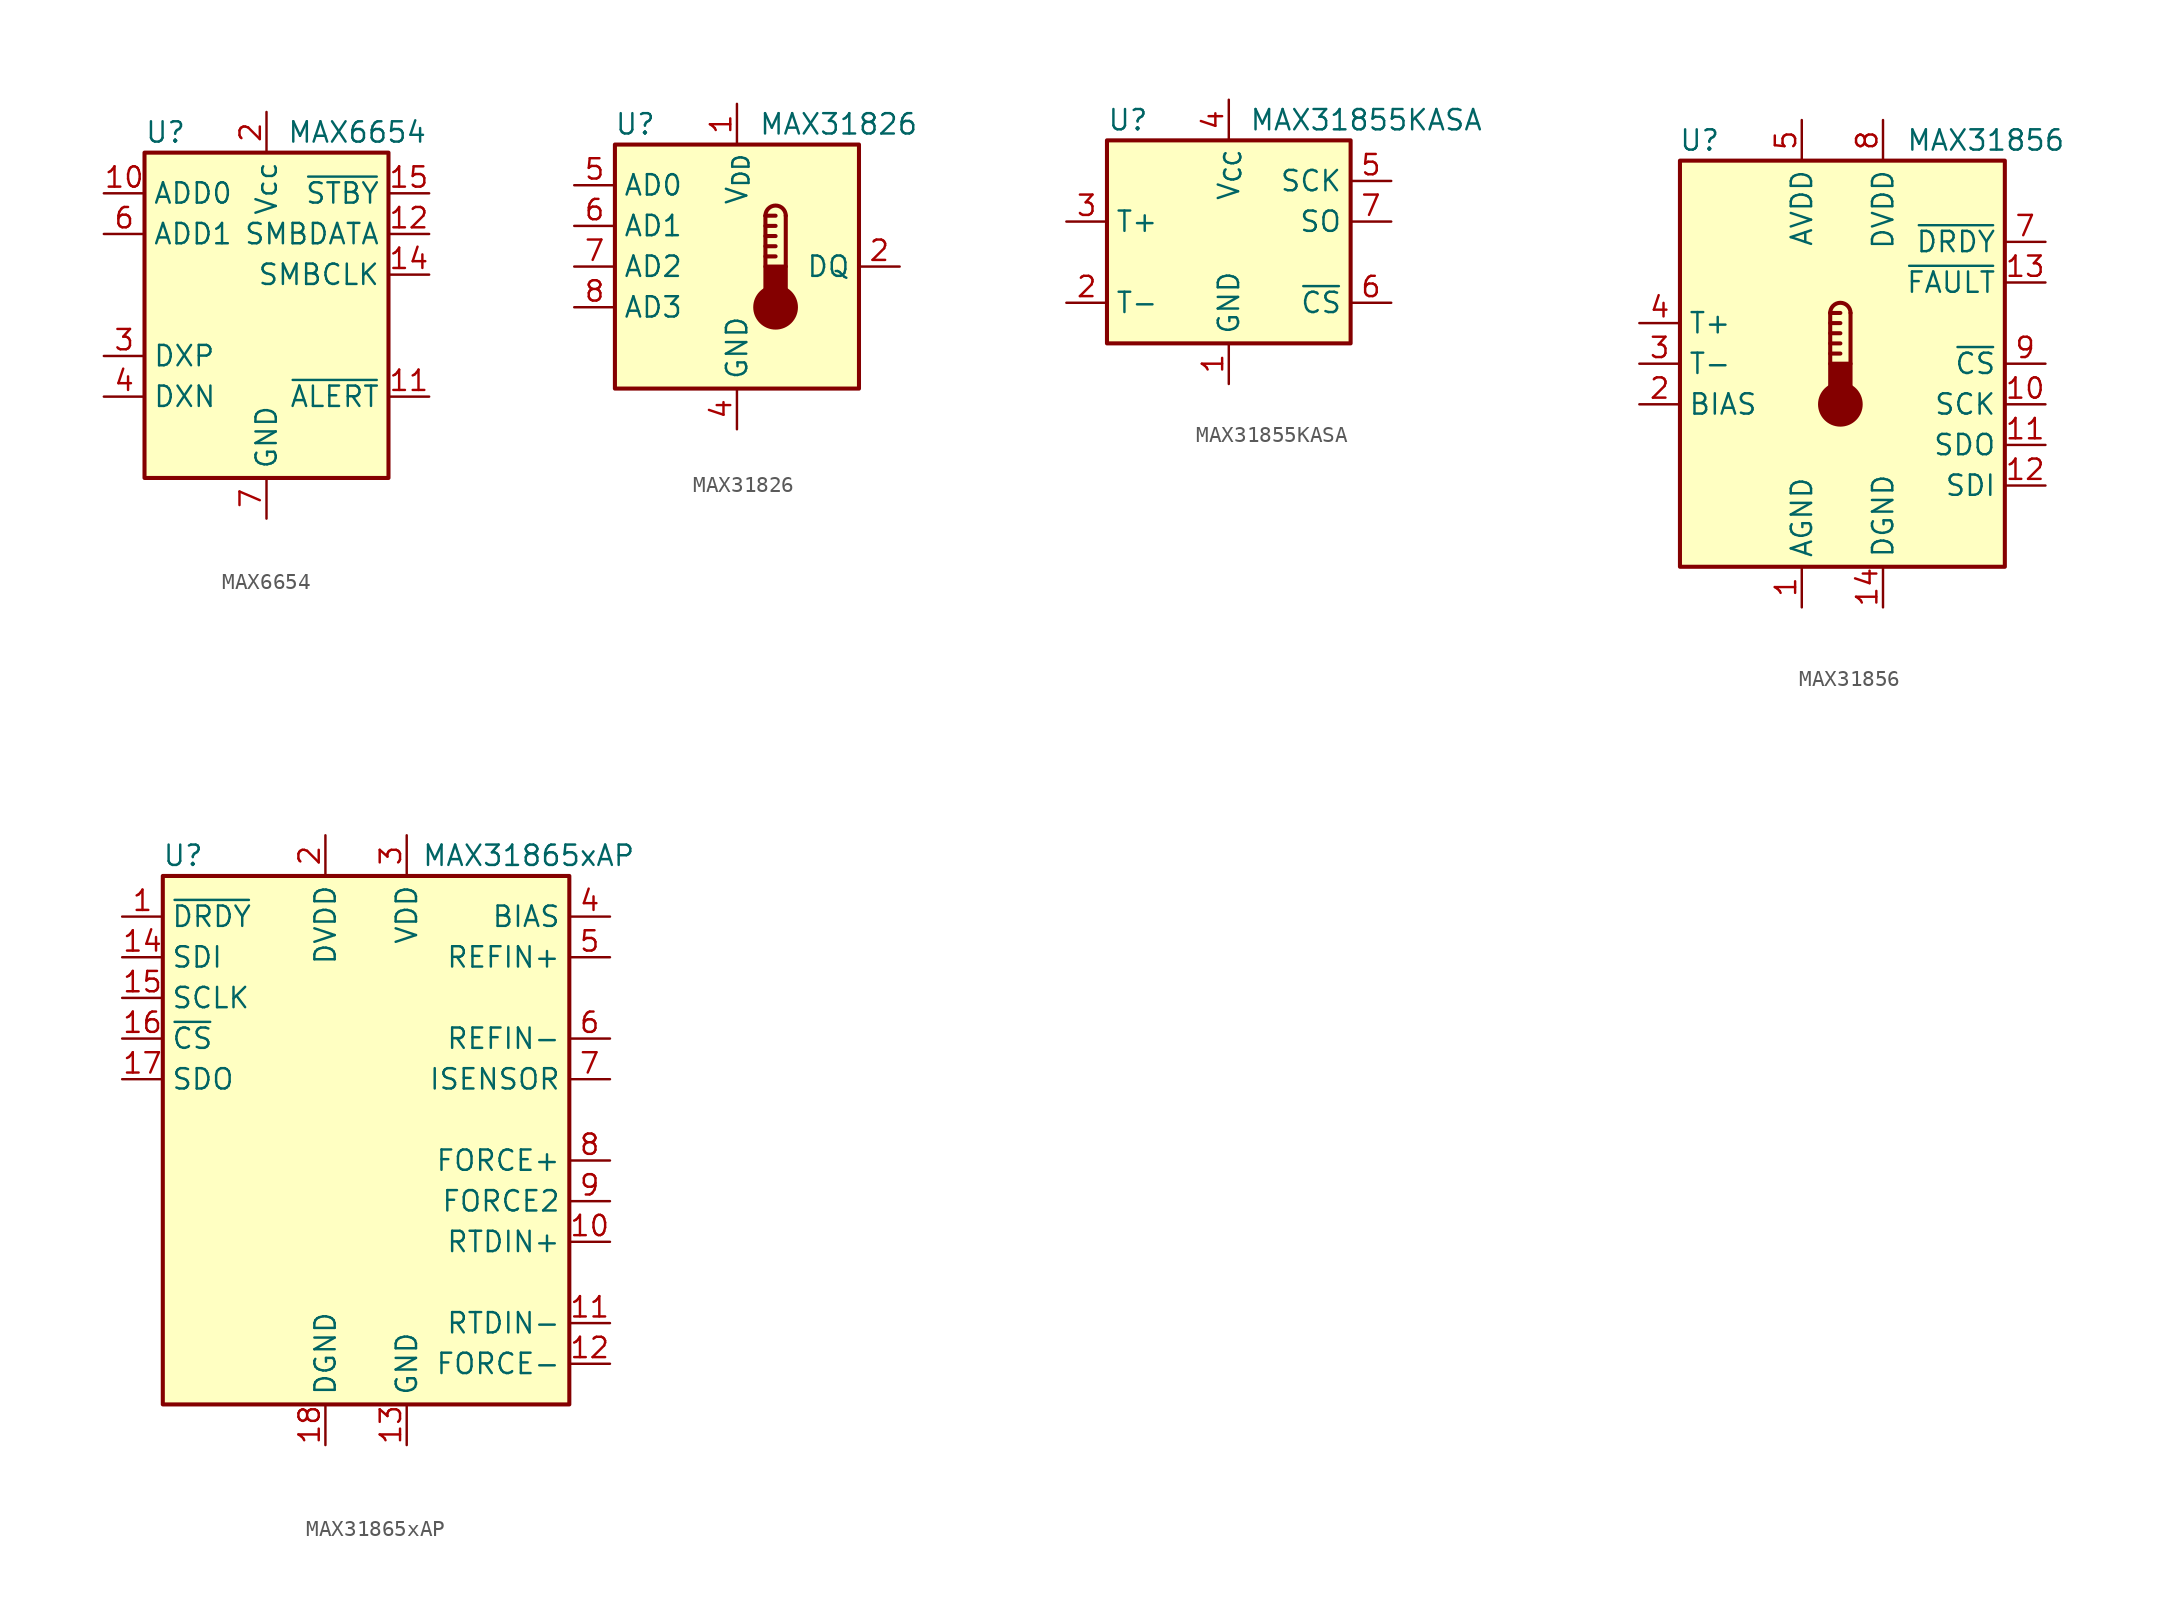
<source format=kicad_sym>
(kicad_symbol_lib
  (version 20241209)
  (generator "kicad_symbol_editor")
  (generator_version "9.0")
  (symbol "MAX6654"
    (property "Reference" "U"
      (at -7.62 11.43 0)
      (effects (font (size 1.27 1.27)) (justify left)))
    (property "Value" "MAX6654"
      (at 1.27 11.43 0)
      (effects (font (size 1.27 1.27)) (justify left)))
    (symbol "MAX6654_0_1"
      (rectangle (start -7.62 10.16) (end 7.62 -10.16) (stroke (width 0.254) (type default)) (fill (type background))))
    (symbol "MAX6654_1_1"
      (pin input line (at -10.16 7.62 0) (length 2.54) (name "ADD0" (effects (font (size 1.27 1.27)))) (number "10" (effects (font (size 1.27 1.27)))))
      (pin input line (at -10.16 5.08 0) (length 2.54) (name "ADD1" (effects (font (size 1.27 1.27)))) (number "6" (effects (font (size 1.27 1.27)))))
      (pin input line (at -10.16 -2.54 0) (length 2.54) (name "DXP" (effects (font (size 1.27 1.27)))) (number "3" (effects (font (size 1.27 1.27)))))
      (pin input line (at -10.16 -5.08 0) (length 2.54) (name "DXN" (effects (font (size 1.27 1.27)))) (number "4" (effects (font (size 1.27 1.27)))))
      (pin no_connect line (at -7.62 2.54 0) (length 2.54) (hide yes) (name "NC" (effects (font (size 1.27 1.27)))) (number "13" (effects (font (size 1.27 1.27)))))
      (pin no_connect line (at -7.62 0 0) (length 2.54) (hide yes) (name "NC" (effects (font (size 1.27 1.27)))) (number "16" (effects (font (size 1.27 1.27)))))
      (pin power_in line (at 0 12.7 270) (length 2.54) (name "Vcc" (effects (font (size 1.27 1.27)))) (number "2" (effects (font (size 1.27 1.27)))))
      (pin power_in line (at 0 -12.7 90) (length 2.54) (name "GND" (effects (font (size 1.27 1.27)))) (number "7" (effects (font (size 1.27 1.27)))))
      (pin passive line (at 0 -12.7 90) (length 2.54) (hide yes) (name "GND" (effects (font (size 1.27 1.27)))) (number "8" (effects (font (size 1.27 1.27)))))
      (pin no_connect line (at 7.62 0 180) (length 2.54) (hide yes) (name "NC" (effects (font (size 1.27 1.27)))) (number "1" (effects (font (size 1.27 1.27)))))
      (pin no_connect line (at 7.62 -2.54 180) (length 2.54) (hide yes) (name "NC" (effects (font (size 1.27 1.27)))) (number "5" (effects (font (size 1.27 1.27)))))
      (pin no_connect line (at 7.62 -7.62 180) (length 2.54) (hide yes) (name "NC" (effects (font (size 1.27 1.27)))) (number "9" (effects (font (size 1.27 1.27)))))
      (pin input line (at 10.16 7.62 180) (length 2.54) (name "~{STBY}" (effects (font (size 1.27 1.27)))) (number "15" (effects (font (size 1.27 1.27)))))
      (pin bidirectional line (at 10.16 5.08 180) (length 2.54) (name "SMBDATA" (effects (font (size 1.27 1.27)))) (number "12" (effects (font (size 1.27 1.27)))))
      (pin input line (at 10.16 2.54 180) (length 2.54) (name "SMBCLK" (effects (font (size 1.27 1.27)))) (number "14" (effects (font (size 1.27 1.27)))))
      (pin open_collector line (at 10.16 -5.08 180) (length 2.54) (name "~{ALERT}" (effects (font (size 1.27 1.27)))) (number "11" (effects (font (size 1.27 1.27)))))))
  (symbol "MAX31826"
    (property "Reference" "U"
      (at -6.35 8.89 0)
      (effects (font (size 1.27 1.27))))
    (property "Value" "MAX31826"
      (at 6.35 8.89 0)
      (effects (font (size 1.27 1.27))))
    (symbol "MAX31826_0_1"
      (rectangle (start -7.62 7.62) (end 7.62 -7.62) (stroke (width 0.254) (type default)) (fill (type background)))
      (polyline (pts (xy 1.778 3.175) (xy 1.778 0)) (stroke (width 0.254) (type default)) (fill (type none)))
      (polyline (pts (xy 1.778 3.175) (xy 2.413 3.175)) (stroke (width 0.254) (type default)) (fill (type none)))
      (polyline (pts (xy 1.778 2.54) (xy 2.413 2.54)) (stroke (width 0.254) (type default)) (fill (type none)))
      (polyline (pts (xy 1.778 1.905) (xy 2.413 1.905)) (stroke (width 0.254) (type default)) (fill (type none)))
      (polyline (pts (xy 1.778 1.27) (xy 2.413 1.27)) (stroke (width 0.254) (type default)) (fill (type none)))
      (polyline (pts (xy 1.778 0.635) (xy 2.413 0.635)) (stroke (width 0.254) (type default)) (fill (type none)))
      (arc (start 1.778 3.175) (mid 2.413 3.8073) (end 3.048 3.175) (stroke (width 0.254) (type default)) (fill (type none)))
      (circle (center 2.413 -2.54) (radius 1.27) (stroke (width 0.254) (type default)) (fill (type outline)))
      (polyline (pts (xy 3.048 3.175) (xy 3.048 0)) (stroke (width 0.254) (type default)) (fill (type none)))
      (rectangle (start 3.048 -1.905) (end 1.778 0) (stroke (width 0.254) (type default)) (fill (type outline))))
    (symbol "MAX31826_1_1"
      (pin input line (at -10.16 5.08 0) (length 2.54) (name "AD0" (effects (font (size 1.27 1.27)))) (number "5" (effects (font (size 1.27 1.27)))))
      (pin input line (at -10.16 2.54 0) (length 2.54) (name "AD1" (effects (font (size 1.27 1.27)))) (number "6" (effects (font (size 1.27 1.27)))))
      (pin input line (at -10.16 0 0) (length 2.54) (name "AD2" (effects (font (size 1.27 1.27)))) (number "7" (effects (font (size 1.27 1.27)))))
      (pin input line (at -10.16 -2.54 0) (length 2.54) (name "AD3" (effects (font (size 1.27 1.27)))) (number "8" (effects (font (size 1.27 1.27)))))
      (pin no_connect line (at -7.62 -5.08 0) (length 2.54) (hide yes) (name "NC" (effects (font (size 1.27 1.27)))) (number "3" (effects (font (size 1.27 1.27)))))
      (pin power_in line (at 0 10.16 270) (length 2.54) (name "V_{DD}" (effects (font (size 1.27 1.27)))) (number "1" (effects (font (size 1.27 1.27)))))
      (pin power_in line (at 0 -10.16 90) (length 2.54) (name "GND" (effects (font (size 1.27 1.27)))) (number "4" (effects (font (size 1.27 1.27)))))
      (pin bidirectional line (at 10.16 0 180) (length 2.54) (name "DQ" (effects (font (size 1.27 1.27)))) (number "2" (effects (font (size 1.27 1.27)))))))
  (symbol "MAX31855KASA"
    (property "Reference" "U"
      (at -7.62 8.89 0)
      (effects (font (size 1.27 1.27)) (justify left)))
    (property "Value" "MAX31855KASA"
      (at 1.27 8.89 0)
      (effects (font (size 1.27 1.27)) (justify left)))
    (symbol "MAX31855KASA_0_1"
      (rectangle (start -7.62 7.62) (end 7.62 -5.08) (stroke (width 0.254) (type default)) (fill (type background))))
    (symbol "MAX31855KASA_1_1"
      (pin passive line (at -10.16 2.54 0) (length 2.54) (name "T+" (effects (font (size 1.27 1.27)))) (number "3" (effects (font (size 1.27 1.27)))))
      (pin passive line (at -10.16 -2.54 0) (length 2.54) (name "T-" (effects (font (size 1.27 1.27)))) (number "2" (effects (font (size 1.27 1.27)))))
      (pin no_connect line (at -7.62 5.08 0) (length 2.54) (hide yes) (name "NC" (effects (font (size 1.27 1.27)))) (number "8" (effects (font (size 1.27 1.27)))))
      (pin power_in line (at 0 10.16 270) (length 2.54) (name "V_{CC}" (effects (font (size 1.27 1.27)))) (number "4" (effects (font (size 1.27 1.27)))))
      (pin power_in line (at 0 -7.62 90) (length 2.54) (name "GND" (effects (font (size 1.27 1.27)))) (number "1" (effects (font (size 1.27 1.27)))))
      (pin input line (at 10.16 5.08 180) (length 2.54) (name "SCK" (effects (font (size 1.27 1.27)))) (number "5" (effects (font (size 1.27 1.27)))))
      (pin tri_state line (at 10.16 2.54 180) (length 2.54) (name "SO" (effects (font (size 1.27 1.27)))) (number "7" (effects (font (size 1.27 1.27)))))
      (pin input line (at 10.16 -2.54 180) (length 2.54) (name "~{CS}" (effects (font (size 1.27 1.27)))) (number "6" (effects (font (size 1.27 1.27)))))))
  (symbol "MAX31856"
    (property "Reference" "U"
      (at -7.62 13.97 0)
      (effects (font (size 1.27 1.27)) (justify right)))
    (property "Value" "MAX31856"
      (at 13.97 13.97 0)
      (effects (font (size 1.27 1.27)) (justify right)))
    (symbol "MAX31856_0_1"
      (rectangle (start -10.16 12.7) (end 10.16 -12.7) (stroke (width 0.254) (type default)) (fill (type background)))
      (polyline (pts (xy -0.762 3.175) (xy -0.762 0)) (stroke (width 0.254) (type default)) (fill (type none)))
      (polyline (pts (xy -0.762 3.175) (xy -0.127 3.175)) (stroke (width 0.254) (type default)) (fill (type none)))
      (polyline (pts (xy -0.762 2.54) (xy -0.127 2.54)) (stroke (width 0.254) (type default)) (fill (type none)))
      (polyline (pts (xy -0.762 1.905) (xy -0.127 1.905)) (stroke (width 0.254) (type default)) (fill (type none)))
      (polyline (pts (xy -0.762 1.27) (xy -0.127 1.27)) (stroke (width 0.254) (type default)) (fill (type none)))
      (polyline (pts (xy -0.762 0.635) (xy -0.127 0.635)) (stroke (width 0.254) (type default)) (fill (type none)))
      (arc (start -0.762 3.175) (mid -0.127 3.8073) (end 0.508 3.175) (stroke (width 0.254) (type default)) (fill (type none)))
      (circle (center -0.127 -2.54) (radius 1.27) (stroke (width 0.254) (type default)) (fill (type outline)))
      (polyline (pts (xy 0.508 3.175) (xy 0.508 0)) (stroke (width 0.254) (type default)) (fill (type none)))
      (rectangle (start 0.508 -1.905) (end -0.762 0) (stroke (width 0.254) (type default)) (fill (type outline))))
    (symbol "MAX31856_1_1"
      (pin input line (at -12.7 2.54 0) (length 2.54) (name "T+" (effects (font (size 1.27 1.27)))) (number "4" (effects (font (size 1.27 1.27)))))
      (pin input line (at -12.7 0 0) (length 2.54) (name "T-" (effects (font (size 1.27 1.27)))) (number "3" (effects (font (size 1.27 1.27)))))
      (pin input line (at -12.7 -2.54 0) (length 2.54) (name "BIAS" (effects (font (size 1.27 1.27)))) (number "2" (effects (font (size 1.27 1.27)))))
      (pin no_connect line (at -10.16 -7.62 0) (length 2.54) (hide yes) (name "DNC" (effects (font (size 1.27 1.27)))) (number "6" (effects (font (size 1.27 1.27)))))
      (pin power_in line (at -2.54 15.24 270) (length 2.54) (name "AVDD" (effects (font (size 1.27 1.27)))) (number "5" (effects (font (size 1.27 1.27)))))
      (pin power_in line (at -2.54 -15.24 90) (length 2.54) (name "AGND" (effects (font (size 1.27 1.27)))) (number "1" (effects (font (size 1.27 1.27)))))
      (pin power_in line (at 2.54 15.24 270) (length 2.54) (name "DVDD" (effects (font (size 1.27 1.27)))) (number "8" (effects (font (size 1.27 1.27)))))
      (pin power_in line (at 2.54 -15.24 90) (length 2.54) (name "DGND" (effects (font (size 1.27 1.27)))) (number "14" (effects (font (size 1.27 1.27)))))
      (pin output line (at 12.7 7.62 180) (length 2.54) (name "~{DRDY}" (effects (font (size 1.27 1.27)))) (number "7" (effects (font (size 1.27 1.27)))))
      (pin output line (at 12.7 5.08 180) (length 2.54) (name "~{FAULT}" (effects (font (size 1.27 1.27)))) (number "13" (effects (font (size 1.27 1.27)))))
      (pin input line (at 12.7 0 180) (length 2.54) (name "~{CS}" (effects (font (size 1.27 1.27)))) (number "9" (effects (font (size 1.27 1.27)))))
      (pin input line (at 12.7 -2.54 180) (length 2.54) (name "SCK" (effects (font (size 1.27 1.27)))) (number "10" (effects (font (size 1.27 1.27)))))
      (pin output line (at 12.7 -5.08 180) (length 2.54) (name "SDO" (effects (font (size 1.27 1.27)))) (number "11" (effects (font (size 1.27 1.27)))))
      (pin input line (at 12.7 -7.62 180) (length 2.54) (name "SDI" (effects (font (size 1.27 1.27)))) (number "12" (effects (font (size 1.27 1.27)))))))
  (symbol "MAX31865xAP"
    (property "Reference" "U"
      (at -11.43 19.05 0)
      (effects (font (size 1.27 1.27))))
    (property "Value" "MAX31865xAP"
      (at 10.16 19.05 0)
      (effects (font (size 1.27 1.27))))
    (symbol "MAX31865xAP_0_1"
      (rectangle (start -12.7 17.78) (end 12.7 -15.24) (stroke (width 0.254) (type default)) (fill (type background))))
    (symbol "MAX31865xAP_1_1"
      (pin output line (at -15.24 15.24 0) (length 2.54) (name "~{DRDY}" (effects (font (size 1.27 1.27)))) (number "1" (effects (font (size 1.27 1.27)))))
      (pin input line (at -15.24 12.7 0) (length 2.54) (name "SDI" (effects (font (size 1.27 1.27)))) (number "14" (effects (font (size 1.27 1.27)))))
      (pin input line (at -15.24 10.16 0) (length 2.54) (name "SCLK" (effects (font (size 1.27 1.27)))) (number "15" (effects (font (size 1.27 1.27)))))
      (pin input line (at -15.24 7.62 0) (length 2.54) (name "~{CS}" (effects (font (size 1.27 1.27)))) (number "16" (effects (font (size 1.27 1.27)))))
      (pin tri_state line (at -15.24 5.08 0) (length 2.54) (name "SDO" (effects (font (size 1.27 1.27)))) (number "17" (effects (font (size 1.27 1.27)))))
      (pin no_connect line (at -12.7 -2.54 0) (length 2.54) (hide yes) (name "NC" (effects (font (size 1.27 1.27)))) (number "20" (effects (font (size 1.27 1.27)))))
      (pin power_in line (at -2.54 20.32 270) (length 2.54) (name "DVDD" (effects (font (size 1.27 1.27)))) (number "2" (effects (font (size 1.27 1.27)))))
      (pin power_in line (at -2.54 -17.78 90) (length 2.54) (name "DGND" (effects (font (size 1.27 1.27)))) (number "18" (effects (font (size 1.27 1.27)))))
      (pin power_in line (at 2.54 20.32 270) (length 2.54) (name "VDD" (effects (font (size 1.27 1.27)))) (number "3" (effects (font (size 1.27 1.27)))))
      (pin power_in line (at 2.54 -17.78 90) (length 2.54) (name "GND" (effects (font (size 1.27 1.27)))) (number "13" (effects (font (size 1.27 1.27)))))
      (pin passive line (at 2.54 -17.78 90) (length 2.54) (hide yes) (name "GND" (effects (font (size 1.27 1.27)))) (number "19" (effects (font (size 1.27 1.27)))))
      (pin power_out line (at 15.24 15.24 180) (length 2.54) (name "BIAS" (effects (font (size 1.27 1.27)))) (number "4" (effects (font (size 1.27 1.27)))))
      (pin input line (at 15.24 12.7 180) (length 2.54) (name "REFIN+" (effects (font (size 1.27 1.27)))) (number "5" (effects (font (size 1.27 1.27)))))
      (pin input line (at 15.24 7.62 180) (length 2.54) (name "REFIN-" (effects (font (size 1.27 1.27)))) (number "6" (effects (font (size 1.27 1.27)))))
      (pin passive line (at 15.24 5.08 180) (length 2.54) (name "ISENSOR" (effects (font (size 1.27 1.27)))) (number "7" (effects (font (size 1.27 1.27)))))
      (pin passive line (at 15.24 0 180) (length 2.54) (name "FORCE+" (effects (font (size 1.27 1.27)))) (number "8" (effects (font (size 1.27 1.27)))))
      (pin input line (at 15.24 -2.54 180) (length 2.54) (name "FORCE2" (effects (font (size 1.27 1.27)))) (number "9" (effects (font (size 1.27 1.27)))))
      (pin input line (at 15.24 -5.08 180) (length 2.54) (name "RTDIN+" (effects (font (size 1.27 1.27)))) (number "10" (effects (font (size 1.27 1.27)))))
      (pin input line (at 15.24 -10.16 180) (length 2.54) (name "RTDIN-" (effects (font (size 1.27 1.27)))) (number "11" (effects (font (size 1.27 1.27)))))
      (pin power_out line (at 15.24 -12.7 180) (length 2.54) (name "FORCE-" (effects (font (size 1.27 1.27)))) (number "12" (effects (font (size 1.27 1.27))))))))
</source>
